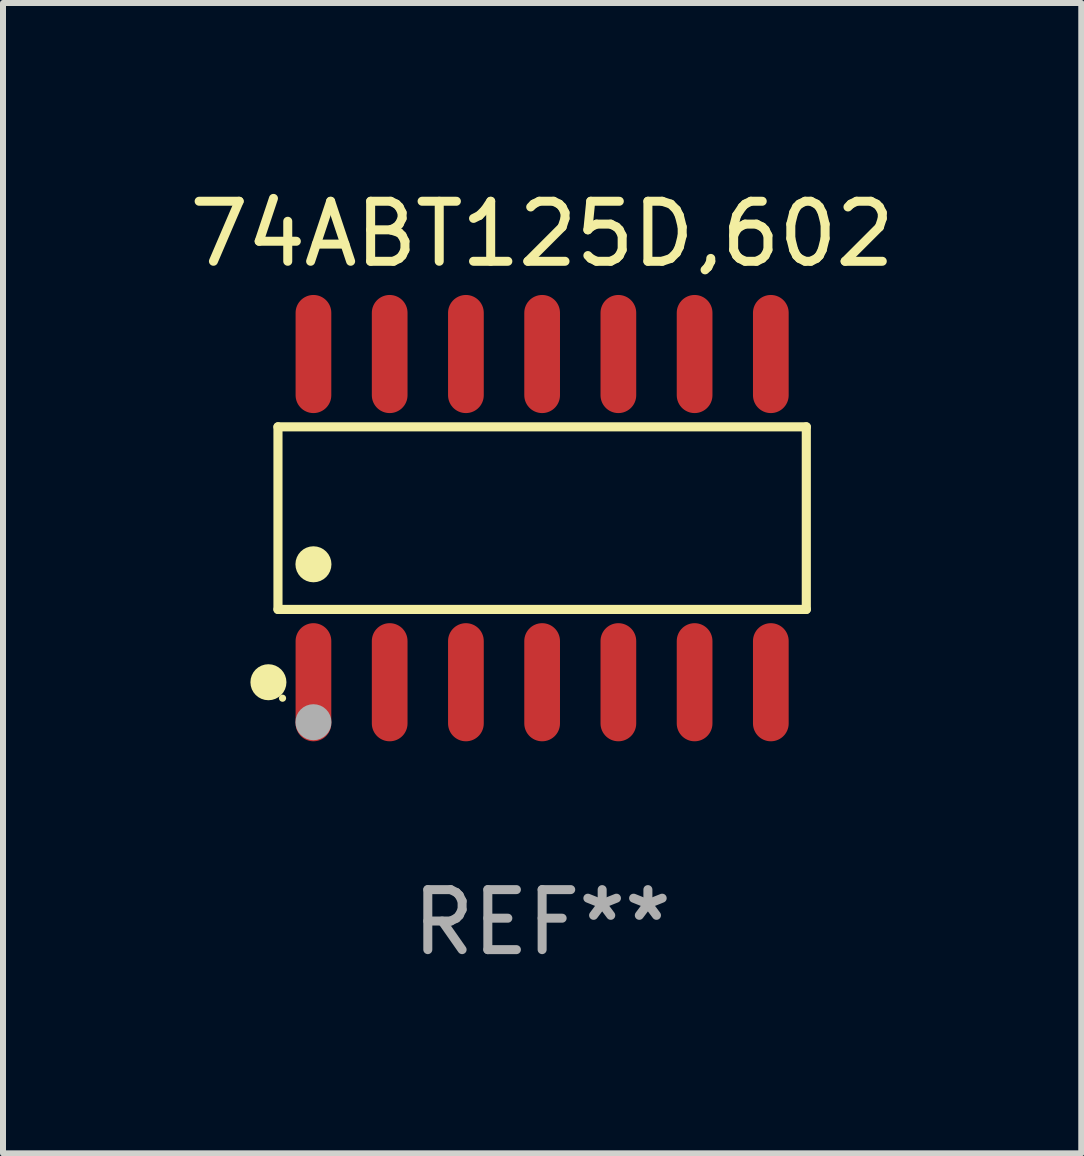
<source format=kicad_pcb>
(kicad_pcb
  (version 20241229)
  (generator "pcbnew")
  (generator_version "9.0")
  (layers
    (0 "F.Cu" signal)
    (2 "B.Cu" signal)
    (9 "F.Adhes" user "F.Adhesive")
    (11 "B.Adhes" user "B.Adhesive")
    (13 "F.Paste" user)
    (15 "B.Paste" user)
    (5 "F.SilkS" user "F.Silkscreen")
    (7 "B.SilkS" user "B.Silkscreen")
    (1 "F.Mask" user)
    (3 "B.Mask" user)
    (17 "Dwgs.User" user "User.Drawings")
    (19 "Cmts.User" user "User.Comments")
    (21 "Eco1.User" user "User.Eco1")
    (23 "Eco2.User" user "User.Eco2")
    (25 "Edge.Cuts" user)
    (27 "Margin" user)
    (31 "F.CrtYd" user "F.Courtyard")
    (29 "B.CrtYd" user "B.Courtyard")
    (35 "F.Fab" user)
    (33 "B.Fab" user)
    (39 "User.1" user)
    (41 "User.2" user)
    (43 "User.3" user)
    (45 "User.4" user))
  (footprint "74ABT125D,602"
    (layer "F.Cu")
    (at 5.982 5.582)
    (property "Reference" "74ABT125D,602" (at 0 -4.734 0) (layer "F.SilkS") (effects (font (size 1 1) (thickness 0.15))))
    (attr through_hole)
    (fp_line (start -4.401 -1.521) (end 4.401 -1.521) (stroke (width 0.152) (type solid)) (layer "F.SilkS"))
    (fp_line (start -4.401 1.521) (end -4.401 -1.521) (stroke (width 0.152) (type solid)) (layer "F.SilkS"))
    (fp_line (start 4.401 -1.521) (end 4.401 1.521) (stroke (width 0.152) (type solid)) (layer "F.SilkS"))
    (fp_line (start 4.401 1.521) (end -4.401 1.521) (stroke (width 0.152) (type solid)) (layer "F.SilkS"))
    (fp_circle (center -4.56 2.734) (end -4.41 2.734) (stroke (width 0.3) (type solid)) (fill no) (layer "F.SilkS"))
    (fp_circle (center -4.325 3) (end -4.295 3) (stroke (width 0.06) (type solid)) (fill no) (layer "F.SilkS"))
    (fp_circle (center -3.81 0.769) (end -3.66 0.769) (stroke (width 0.3) (type solid)) (fill no) (layer "F.SilkS"))
    (fp_circle (center -3.81 3.4) (end -3.66 3.4) (stroke (width 0.3) (type solid)) (fill no) (layer "F.Fab"))
    (fp_text user "REF**" (at 0 6.734 0) (layer "F.Fab") (effects (font (size 1 1) (thickness 0.15))))
    (pad "1" smd oval (at -3.81 2.734) (size 0.595 1.968) (layers "F.Cu" "F.Mask" "F.Paste"))
    (pad "2" smd oval (at -2.54 2.734) (size 0.595 1.968) (layers "F.Cu" "F.Mask" "F.Paste"))
    (pad "3" smd oval (at -1.27 2.734) (size 0.595 1.968) (layers "F.Cu" "F.Mask" "F.Paste"))
    (pad "4" smd oval (at 0 2.734) (size 0.595 1.968) (layers "F.Cu" "F.Mask" "F.Paste"))
    (pad "5" smd oval (at 1.27 2.734) (size 0.595 1.968) (layers "F.Cu" "F.Mask" "F.Paste"))
    (pad "6" smd oval (at 2.54 2.734) (size 0.595 1.968) (layers "F.Cu" "F.Mask" "F.Paste"))
    (pad "7" smd oval (at 3.81 2.734) (size 0.595 1.968) (layers "F.Cu" "F.Mask" "F.Paste"))
    (pad "8" smd oval (at 3.81 -2.734) (size 0.595 1.968) (layers "F.Cu" "F.Mask" "F.Paste"))
    (pad "9" smd oval (at 2.54 -2.734) (size 0.595 1.968) (layers "F.Cu" "F.Mask" "F.Paste"))
    (pad "10" smd oval (at 1.27 -2.734) (size 0.595 1.968) (layers "F.Cu" "F.Mask" "F.Paste"))
    (pad "11" smd oval (at 0 -2.734) (size 0.595 1.968) (layers "F.Cu" "F.Mask" "F.Paste"))
    (pad "12" smd oval (at -1.27 -2.734) (size 0.595 1.968) (layers "F.Cu" "F.Mask" "F.Paste"))
    (pad "13" smd oval (at -2.54 -2.734) (size 0.595 1.968) (layers "F.Cu" "F.Mask" "F.Paste"))
    (pad "14" smd oval (at -3.81 -2.734) (size 0.595 1.968) (layers "F.Cu" "F.Mask" "F.Paste")))
  (gr_rect
    (start -3 -3)
    (end 14.964 16.164)
    (stroke (width 0.1) (type default))
    (fill no)
    (layer "Edge.Cuts")))
</source>
